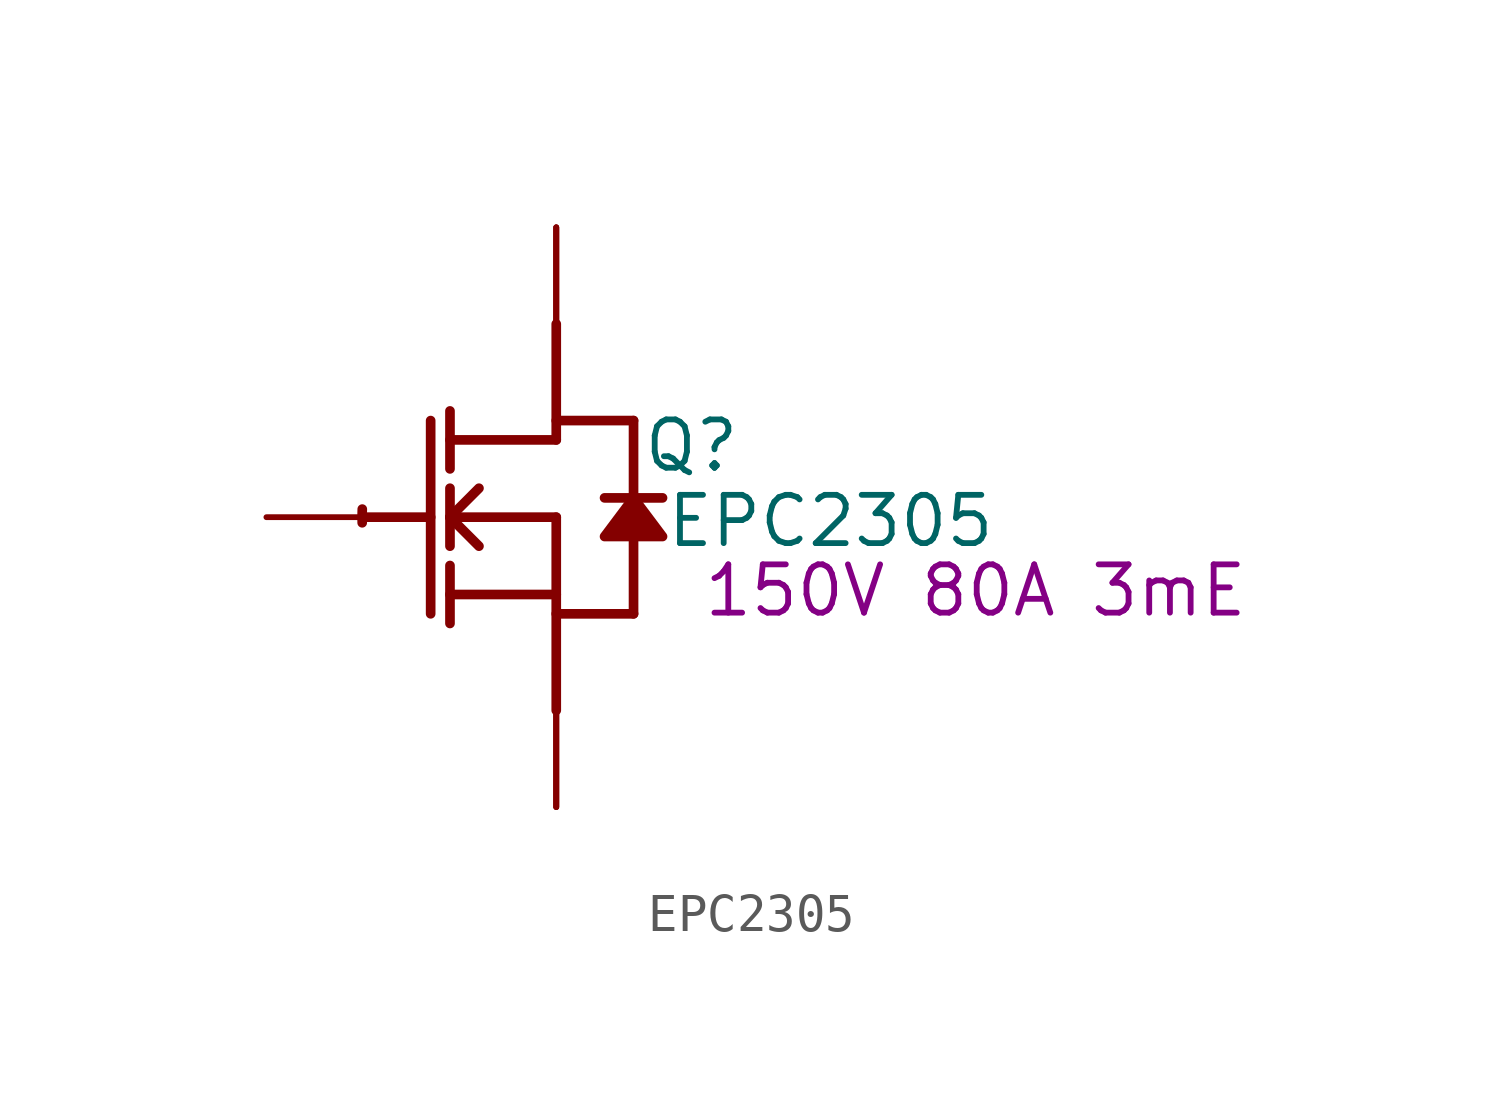
<source format=kicad_sym>
(kicad_symbol_lib
  (version 20231120)
  (generator "kicad_symbol_editor")
  (generator_version "8.0")
  (symbol "EPC2305"
    (property "Reference" "Q"
      (at 3.556 1.88 0)
      (effects (font (size 1.27 1.27))))
    (property "Value" "EPC2305"
      (at 7.214 -0.102 0)
      (effects (font (size 1.27 1.27))))
    (property "Description" "150V 80A 3mE"
      (at 11.024 -1.93 0)
      (effects (font (size 1.27 1.27))))
    (symbol "EPC2305_1_0"
      (arc (start -5.0996 0.2128) (mid -5.1039 0.0331) (end -5.1019 -0.1467) (stroke (width 0.254) (type solid)) (fill (type none)))
      (polyline (pts (xy -5.08 0) (xy -3.302 0)) (stroke (width 0.254) (type solid)) (fill (type none)))
      (polyline (pts (xy -3.302 2.54) (xy -3.302 -2.54)) (stroke (width 0.254) (type solid)) (fill (type none)))
      (polyline (pts (xy -2.794 -2.794) (xy -2.794 -1.27)) (stroke (width 0.254) (type solid)) (fill (type none)))
      (polyline (pts (xy -2.794 -2.032) (xy 0 -2.032)) (stroke (width 0.254) (type solid)) (fill (type none)))
      (polyline (pts (xy -2.794 -0.762) (xy -2.794 0.762)) (stroke (width 0.254) (type solid)) (fill (type none)))
      (polyline (pts (xy -2.794 0) (xy -2.032 0.762)) (stroke (width 0.254) (type solid)) (fill (type none)))
      (polyline (pts (xy -2.794 0) (xy 0 0)) (stroke (width 0.254) (type solid)) (fill (type none)))
      (polyline (pts (xy -2.794 1.27) (xy -2.794 2.794)) (stroke (width 0.254) (type solid)) (fill (type none)))
      (polyline (pts (xy -2.032 -0.762) (xy -2.794 0)) (stroke (width 0.254) (type solid)) (fill (type none)))
      (polyline (pts (xy 0 -2.54) (xy 2.032 -2.54)) (stroke (width 0.254) (type solid)) (fill (type none)))
      (polyline (pts (xy 0 0) (xy 0 -5.08)) (stroke (width 0.254) (type solid)) (fill (type none)))
      (polyline (pts (xy 0 2.032) (xy -2.794 2.032)) (stroke (width 0.254) (type solid)) (fill (type none)))
      (polyline (pts (xy 0 2.032) (xy 0 5.08)) (stroke (width 0.254) (type solid)) (fill (type none)))
      (polyline (pts (xy 0 2.54) (xy 2.032 2.54)) (stroke (width 0.254) (type solid)) (fill (type none)))
      (polyline (pts (xy 2.032 -0.508) (xy 2.032 -2.54)) (stroke (width 0.254) (type solid)) (fill (type none)))
      (polyline (pts (xy 2.032 2.54) (xy 2.032 0.508)) (stroke (width 0.254) (type solid)) (fill (type none)))
      (polyline (pts (xy 2.794 0.508) (xy 1.27 0.508)) (stroke (width 0.254) (type solid)) (fill (type none)))
      (polyline (pts (xy 2.032 0.508) (xy 1.27 -0.508) (xy 2.794 -0.508) (xy 2.032 0.508)) (stroke (width 0.254) (type solid)) (fill (type outline)))
      (pin passive line (at -7.62 0 0) (length 2.54) (name "G" (effects (font (size 0 0)))) (number "1" (effects (font (size 0 0)))))
      (pin passive line (at 0 -7.62 90) (length 2.54) (name "S" (effects (font (size 0 0)))) (number "2" (effects (font (size 0 0)))))
      (pin passive line (at 0 7.62 270) (length 2.54) (name "D" (effects (font (size 0 0)))) (number "3" (effects (font (size 0 0)))))
      (pin passive line (at 0 -7.62 90) (length 2.54) (name "S" (effects (font (size 0 0)))) (number "4" (effects (font (size 0 0)))))
      (pin passive line (at 0 7.62 270) (length 2.54) (name "D" (effects (font (size 0 0)))) (number "5" (effects (font (size 0 0)))))
      (pin passive line (at 0 -7.62 90) (length 2.54) (name "S" (effects (font (size 0 0)))) (number "6" (effects (font (size 0 0)))))
      (pin passive line (at 0 7.62 270) (length 2.54) (name "D" (effects (font (size 0 0)))) (number "7" (effects (font (size 0 0))))))))
</source>
